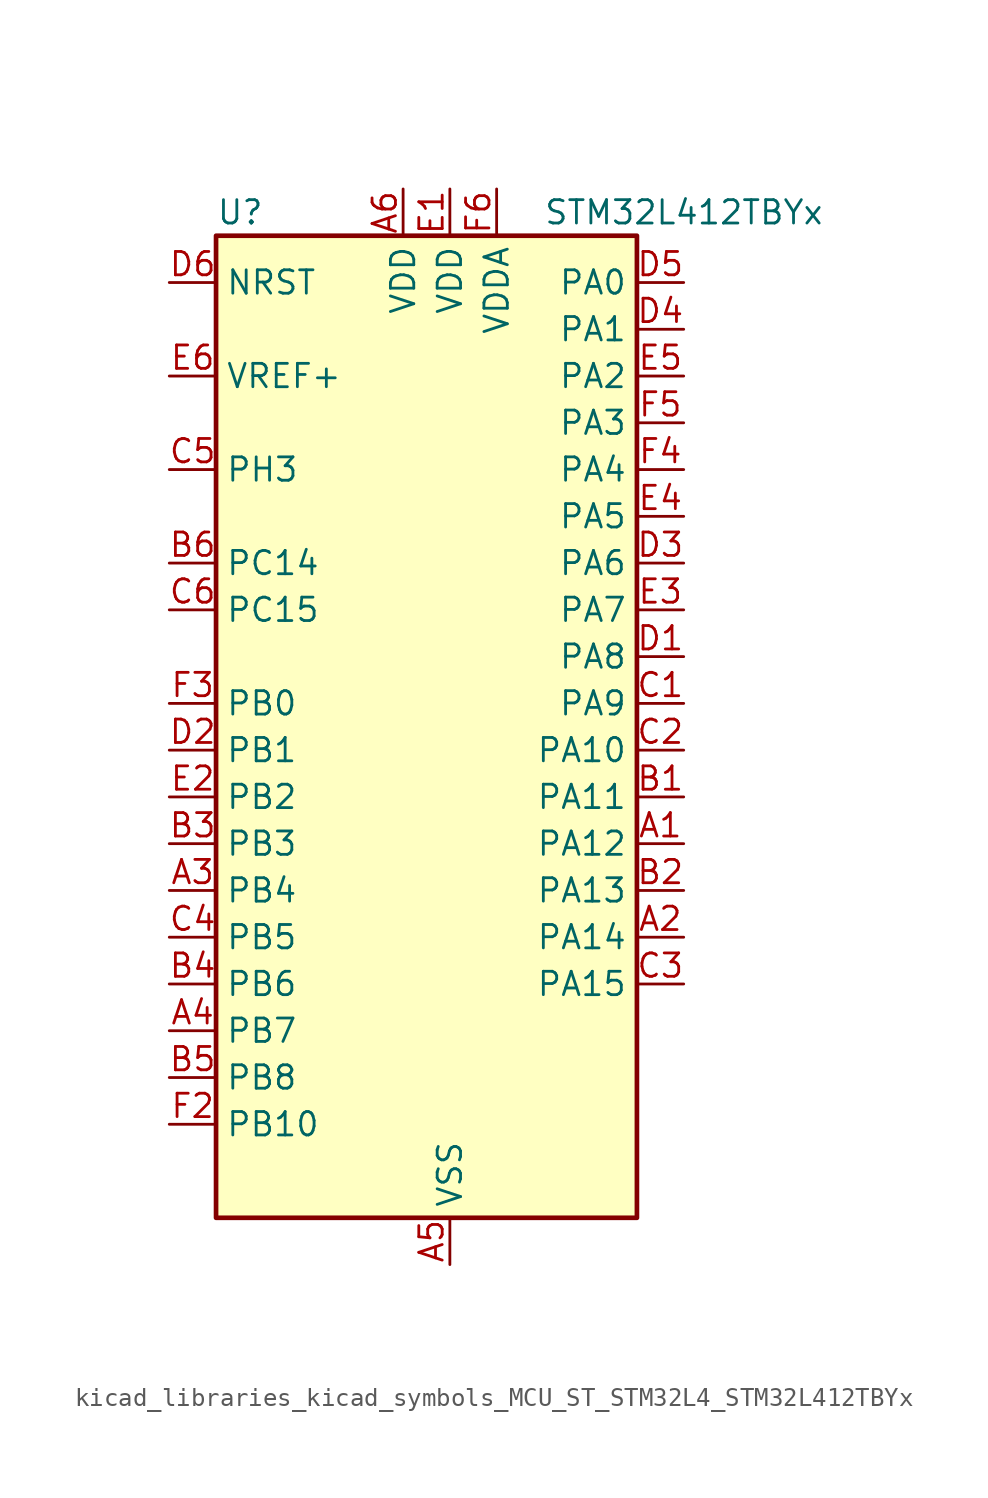
<source format=kicad_sym>
(kicad_symbol_lib
  (version 20220914)
  (generator kicad_symbol_editor)
  (symbol "kicad_libraries_kicad_symbols_MCU_ST_STM32L4_STM32L412TBYx"
    (property "Reference" "U"
      (at -10.16 29.21 0)
      (effects (font (size 1.27 1.27)) (justify left)))
    (property "Value" "STM32L412TBYx"
      (at 7.62 29.21 0)
      (effects (font (size 1.27 1.27)) (justify left)))
    (property "ki_locked" ""
      (at 0 0 0)
      (effects (font (size 1.27 1.27))))
    (symbol "kicad_libraries_kicad_symbols_MCU_ST_STM32L4_STM32L412TBYx_0_1"
      (rectangle (start -10.16 -25.4) (end 12.7 27.94) (stroke (width 0.254) (type default)) (fill (type background))))
    (symbol "kicad_libraries_kicad_symbols_MCU_ST_STM32L4_STM32L412TBYx_1_1"
      (pin bidirectional line (at 15.24 -5.08 180) (length 2.54) (name "PA12" (effects (font (size 1.27 1.27)))) (number "A1" (effects (font (size 1.27 1.27)))) (alternate "SPI1_MOSI" bidirectional line) (alternate "TIM1_ETR" bidirectional line) (alternate "USART1_DE" bidirectional line) (alternate "USART1_RTS" bidirectional line) (alternate "USB_DP" bidirectional line))
      (pin bidirectional line (at 15.24 -10.16 180) (length 2.54) (name "PA14" (effects (font (size 1.27 1.27)))) (number "A2" (effects (font (size 1.27 1.27)))) (alternate "I2C1_SMBA" bidirectional line) (alternate "LPTIM1_OUT" bidirectional line) (alternate "SYS_JTCK-SWCLK" bidirectional line))
      (pin bidirectional line (at -12.7 -7.62 0) (length 2.54) (name "PB4" (effects (font (size 1.27 1.27)))) (number "A3" (effects (font (size 1.27 1.27)))) (alternate "I2C3_SDA" bidirectional line) (alternate "SPI1_MISO" bidirectional line) (alternate "SYS_JTRST" bidirectional line) (alternate "TSC_G2_IO1" bidirectional line) (alternate "USART1_CTS" bidirectional line))
      (pin bidirectional line (at -12.7 -15.24 0) (length 2.54) (name "PB7" (effects (font (size 1.27 1.27)))) (number "A4" (effects (font (size 1.27 1.27)))) (alternate "I2C1_SDA" bidirectional line) (alternate "LPTIM1_IN2" bidirectional line) (alternate "SYS_PVD_IN" bidirectional line) (alternate "SYS_TRACECLK" bidirectional line) (alternate "TSC_G2_IO4" bidirectional line) (alternate "USART1_RX" bidirectional line))
      (pin power_in line (at 2.54 -27.94 90) (length 2.54) (name "VSS" (effects (font (size 1.27 1.27)))) (number "A5" (effects (font (size 1.27 1.27)))))
      (pin power_in line (at 0 30.48 270) (length 2.54) (name "VDD" (effects (font (size 1.27 1.27)))) (number "A6" (effects (font (size 1.27 1.27)))))
      (pin bidirectional line (at 15.24 -2.54 180) (length 2.54) (name "PA11" (effects (font (size 1.27 1.27)))) (number "B1" (effects (font (size 1.27 1.27)))) (alternate "ADC1_EXTI11" bidirectional line) (alternate "ADC2_EXTI11" bidirectional line) (alternate "COMP1_OUT" bidirectional line) (alternate "SPI1_MISO" bidirectional line) (alternate "TIM1_BKIN2" bidirectional line) (alternate "TIM1_BKIN2_COMP1" bidirectional line) (alternate "TIM1_CH4" bidirectional line) (alternate "USART1_CTS" bidirectional line) (alternate "USB_DM" bidirectional line))
      (pin bidirectional line (at 15.24 -7.62 180) (length 2.54) (name "PA13" (effects (font (size 1.27 1.27)))) (number "B2" (effects (font (size 1.27 1.27)))) (alternate "IR_OUT" bidirectional line) (alternate "SYS_JTMS-SWDIO" bidirectional line) (alternate "USB_NOE" bidirectional line))
      (pin bidirectional line (at -12.7 -5.08 0) (length 2.54) (name "PB3" (effects (font (size 1.27 1.27)))) (number "B3" (effects (font (size 1.27 1.27)))) (alternate "SPI1_SCK" bidirectional line) (alternate "SYS_JTDO-SWO" bidirectional line) (alternate "TIM2_CH2" bidirectional line) (alternate "USART1_DE" bidirectional line) (alternate "USART1_RTS" bidirectional line))
      (pin bidirectional line (at -12.7 -12.7 0) (length 2.54) (name "PB6" (effects (font (size 1.27 1.27)))) (number "B4" (effects (font (size 1.27 1.27)))) (alternate "I2C1_SCL" bidirectional line) (alternate "LPTIM1_ETR" bidirectional line) (alternate "SYS_TRACED3" bidirectional line) (alternate "TIM16_CH1N" bidirectional line) (alternate "TSC_G2_IO3" bidirectional line) (alternate "USART1_TX" bidirectional line))
      (pin bidirectional line (at -12.7 -17.78 0) (length 2.54) (name "PB8" (effects (font (size 1.27 1.27)))) (number "B5" (effects (font (size 1.27 1.27)))) (alternate "I2C1_SCL" bidirectional line) (alternate "TIM16_CH1" bidirectional line))
      (pin bidirectional line (at -12.7 10.16 0) (length 2.54) (name "PC14" (effects (font (size 1.27 1.27)))) (number "B6" (effects (font (size 1.27 1.27)))) (alternate "RCC_OSC32_IN" bidirectional line))
      (pin bidirectional line (at 15.24 2.54 180) (length 2.54) (name "PA9" (effects (font (size 1.27 1.27)))) (number "C1" (effects (font (size 1.27 1.27)))) (alternate "I2C1_SCL" bidirectional line) (alternate "TIM15_BKIN" bidirectional line) (alternate "TIM1_CH2" bidirectional line) (alternate "USART1_TX" bidirectional line))
      (pin bidirectional line (at 15.24 0 180) (length 2.54) (name "PA10" (effects (font (size 1.27 1.27)))) (number "C2" (effects (font (size 1.27 1.27)))) (alternate "CRS_SYNC" bidirectional line) (alternate "I2C1_SDA" bidirectional line) (alternate "TIM1_CH3" bidirectional line) (alternate "USART1_RX" bidirectional line))
      (pin bidirectional line (at 15.24 -12.7 180) (length 2.54) (name "PA15" (effects (font (size 1.27 1.27)))) (number "C3" (effects (font (size 1.27 1.27)))) (alternate "ADC1_EXTI15" bidirectional line) (alternate "ADC2_EXTI15" bidirectional line) (alternate "SPI1_NSS" bidirectional line) (alternate "SYS_JTDI" bidirectional line) (alternate "TIM2_CH1" bidirectional line) (alternate "TIM2_ETR" bidirectional line) (alternate "TSC_G3_IO1" bidirectional line) (alternate "USART2_RX" bidirectional line))
      (pin bidirectional line (at -12.7 -10.16 0) (length 2.54) (name "PB5" (effects (font (size 1.27 1.27)))) (number "C4" (effects (font (size 1.27 1.27)))) (alternate "I2C1_SMBA" bidirectional line) (alternate "LPTIM1_IN1" bidirectional line) (alternate "SPI1_MOSI" bidirectional line) (alternate "SYS_TRACED2" bidirectional line) (alternate "TIM16_BKIN" bidirectional line) (alternate "TSC_G2_IO2" bidirectional line) (alternate "USART1_CK" bidirectional line))
      (pin bidirectional line (at -12.7 15.24 0) (length 2.54) (name "PH3" (effects (font (size 1.27 1.27)))) (number "C5" (effects (font (size 1.27 1.27)))))
      (pin bidirectional line (at -12.7 7.62 0) (length 2.54) (name "PC15" (effects (font (size 1.27 1.27)))) (number "C6" (effects (font (size 1.27 1.27)))) (alternate "ADC1_EXTI15" bidirectional line) (alternate "ADC2_EXTI15" bidirectional line) (alternate "RCC_OSC32_OUT" bidirectional line))
      (pin bidirectional line (at 15.24 5.08 180) (length 2.54) (name "PA8" (effects (font (size 1.27 1.27)))) (number "D1" (effects (font (size 1.27 1.27)))) (alternate "LPTIM2_OUT" bidirectional line) (alternate "RCC_MCO" bidirectional line) (alternate "TIM1_CH1" bidirectional line) (alternate "USART1_CK" bidirectional line))
      (pin bidirectional line (at -12.7 0 0) (length 2.54) (name "PB1" (effects (font (size 1.27 1.27)))) (number "D2" (effects (font (size 1.27 1.27)))) (alternate "ADC1_IN16" bidirectional line) (alternate "ADC2_IN16" bidirectional line) (alternate "COMP1_INM" bidirectional line) (alternate "LPTIM2_IN1" bidirectional line) (alternate "LPUART1_DE" bidirectional line) (alternate "LPUART1_RTS" bidirectional line) (alternate "QUADSPI_BK1_IO0" bidirectional line) (alternate "SYS_TRACED1" bidirectional line) (alternate "TIM1_CH3N" bidirectional line))
      (pin bidirectional line (at 15.24 10.16 180) (length 2.54) (name "PA6" (effects (font (size 1.27 1.27)))) (number "D3" (effects (font (size 1.27 1.27)))) (alternate "ADC1_IN11" bidirectional line) (alternate "ADC2_IN11" bidirectional line) (alternate "COMP1_OUT" bidirectional line) (alternate "LPUART1_CTS" bidirectional line) (alternate "QUADSPI_BK1_IO3" bidirectional line) (alternate "SPI1_MISO" bidirectional line) (alternate "TIM16_CH1" bidirectional line) (alternate "TIM1_BKIN" bidirectional line))
      (pin bidirectional line (at 15.24 22.86 180) (length 2.54) (name "PA1" (effects (font (size 1.27 1.27)))) (number "D4" (effects (font (size 1.27 1.27)))) (alternate "ADC1_IN6" bidirectional line) (alternate "COMP1_INP" bidirectional line) (alternate "I2C1_SMBA" bidirectional line) (alternate "OPAMP1_VINM" bidirectional line) (alternate "SPI1_SCK" bidirectional line) (alternate "TIM15_CH1N" bidirectional line) (alternate "TIM2_CH2" bidirectional line) (alternate "USART2_DE" bidirectional line) (alternate "USART2_RTS" bidirectional line))
      (pin bidirectional line (at 15.24 25.4 180) (length 2.54) (name "PA0" (effects (font (size 1.27 1.27)))) (number "D5" (effects (font (size 1.27 1.27)))) (alternate "ADC1_IN5" bidirectional line) (alternate "COMP1_INM" bidirectional line) (alternate "COMP1_OUT" bidirectional line) (alternate "OPAMP1_VINP" bidirectional line) (alternate "RCC_CK_IN" bidirectional line) (alternate "RTC_TAMP2" bidirectional line) (alternate "SYS_WKUP1" bidirectional line) (alternate "TIM2_CH1" bidirectional line) (alternate "TIM2_ETR" bidirectional line) (alternate "USART2_CTS" bidirectional line))
      (pin input line (at -12.7 25.4 0) (length 2.54) (name "NRST" (effects (font (size 1.27 1.27)))) (number "D6" (effects (font (size 1.27 1.27)))))
      (pin power_in line (at 2.54 30.48 270) (length 2.54) (name "VDD" (effects (font (size 1.27 1.27)))) (number "E1" (effects (font (size 1.27 1.27)))))
      (pin bidirectional line (at -12.7 -2.54 0) (length 2.54) (name "PB2" (effects (font (size 1.27 1.27)))) (number "E2" (effects (font (size 1.27 1.27)))) (alternate "COMP1_INP" bidirectional line) (alternate "I2C3_SMBA" bidirectional line) (alternate "LPTIM1_OUT" bidirectional line) (alternate "RTC_OUT_ALARM" bidirectional line) (alternate "RTC_OUT_CALIB" bidirectional line))
      (pin bidirectional line (at 15.24 7.62 180) (length 2.54) (name "PA7" (effects (font (size 1.27 1.27)))) (number "E3" (effects (font (size 1.27 1.27)))) (alternate "ADC1_IN12" bidirectional line) (alternate "ADC2_IN12" bidirectional line) (alternate "I2C3_SCL" bidirectional line) (alternate "QUADSPI_BK1_IO2" bidirectional line) (alternate "SPI1_MOSI" bidirectional line) (alternate "TIM1_CH1N" bidirectional line))
      (pin bidirectional line (at 15.24 12.7 180) (length 2.54) (name "PA5" (effects (font (size 1.27 1.27)))) (number "E4" (effects (font (size 1.27 1.27)))) (alternate "ADC1_IN10" bidirectional line) (alternate "ADC2_IN10" bidirectional line) (alternate "COMP1_INM" bidirectional line) (alternate "LPTIM2_ETR" bidirectional line) (alternate "SPI1_SCK" bidirectional line) (alternate "TIM2_CH1" bidirectional line) (alternate "TIM2_ETR" bidirectional line))
      (pin bidirectional line (at 15.24 20.32 180) (length 2.54) (name "PA2" (effects (font (size 1.27 1.27)))) (number "E5" (effects (font (size 1.27 1.27)))) (alternate "ADC1_IN7" bidirectional line) (alternate "ADC2_IN7" bidirectional line) (alternate "LPUART1_TX" bidirectional line) (alternate "QUADSPI_BK1_NCS" bidirectional line) (alternate "RCC_LSCO" bidirectional line) (alternate "SYS_WKUP4" bidirectional line) (alternate "TIM15_CH1" bidirectional line) (alternate "TIM2_CH3" bidirectional line) (alternate "USART2_TX" bidirectional line))
      (pin input line (at -12.7 20.32 0) (length 2.54) (name "VREF+" (effects (font (size 1.27 1.27)))) (number "E6" (effects (font (size 1.27 1.27)))))
      (pin passive line (at 2.54 -27.94 90) (length 2.54) hide (name "VSS" (effects (font (size 1.27 1.27)))) (number "F1" (effects (font (size 1.27 1.27)))))
      (pin bidirectional line (at -12.7 -20.32 0) (length 2.54) (name "PB10" (effects (font (size 1.27 1.27)))) (number "F2" (effects (font (size 1.27 1.27)))) (alternate "COMP1_OUT" bidirectional line) (alternate "LPUART1_RX" bidirectional line) (alternate "QUADSPI_CLK" bidirectional line) (alternate "TIM2_CH3" bidirectional line) (alternate "TSC_SYNC" bidirectional line))
      (pin bidirectional line (at -12.7 2.54 0) (length 2.54) (name "PB0" (effects (font (size 1.27 1.27)))) (number "F3" (effects (font (size 1.27 1.27)))) (alternate "ADC1_IN15" bidirectional line) (alternate "ADC2_IN15" bidirectional line) (alternate "COMP1_OUT" bidirectional line) (alternate "QUADSPI_BK1_IO1" bidirectional line) (alternate "SPI1_NSS" bidirectional line) (alternate "SYS_TRACED0" bidirectional line) (alternate "TIM1_CH2N" bidirectional line))
      (pin bidirectional line (at 15.24 15.24 180) (length 2.54) (name "PA4" (effects (font (size 1.27 1.27)))) (number "F4" (effects (font (size 1.27 1.27)))) (alternate "ADC1_IN9" bidirectional line) (alternate "ADC2_IN9" bidirectional line) (alternate "COMP1_INM" bidirectional line) (alternate "LPTIM2_OUT" bidirectional line) (alternate "SPI1_NSS" bidirectional line) (alternate "USART2_CK" bidirectional line))
      (pin bidirectional line (at 15.24 17.78 180) (length 2.54) (name "PA3" (effects (font (size 1.27 1.27)))) (number "F5" (effects (font (size 1.27 1.27)))) (alternate "ADC1_IN8" bidirectional line) (alternate "ADC2_IN8" bidirectional line) (alternate "LPUART1_RX" bidirectional line) (alternate "OPAMP1_VOUT" bidirectional line) (alternate "QUADSPI_CLK" bidirectional line) (alternate "TIM15_CH2" bidirectional line) (alternate "TIM2_CH4" bidirectional line) (alternate "USART2_RX" bidirectional line))
      (pin power_in line (at 5.08 30.48 270) (length 2.54) (name "VDDA" (effects (font (size 1.27 1.27)))) (number "F6" (effects (font (size 1.27 1.27))))))))
</source>
